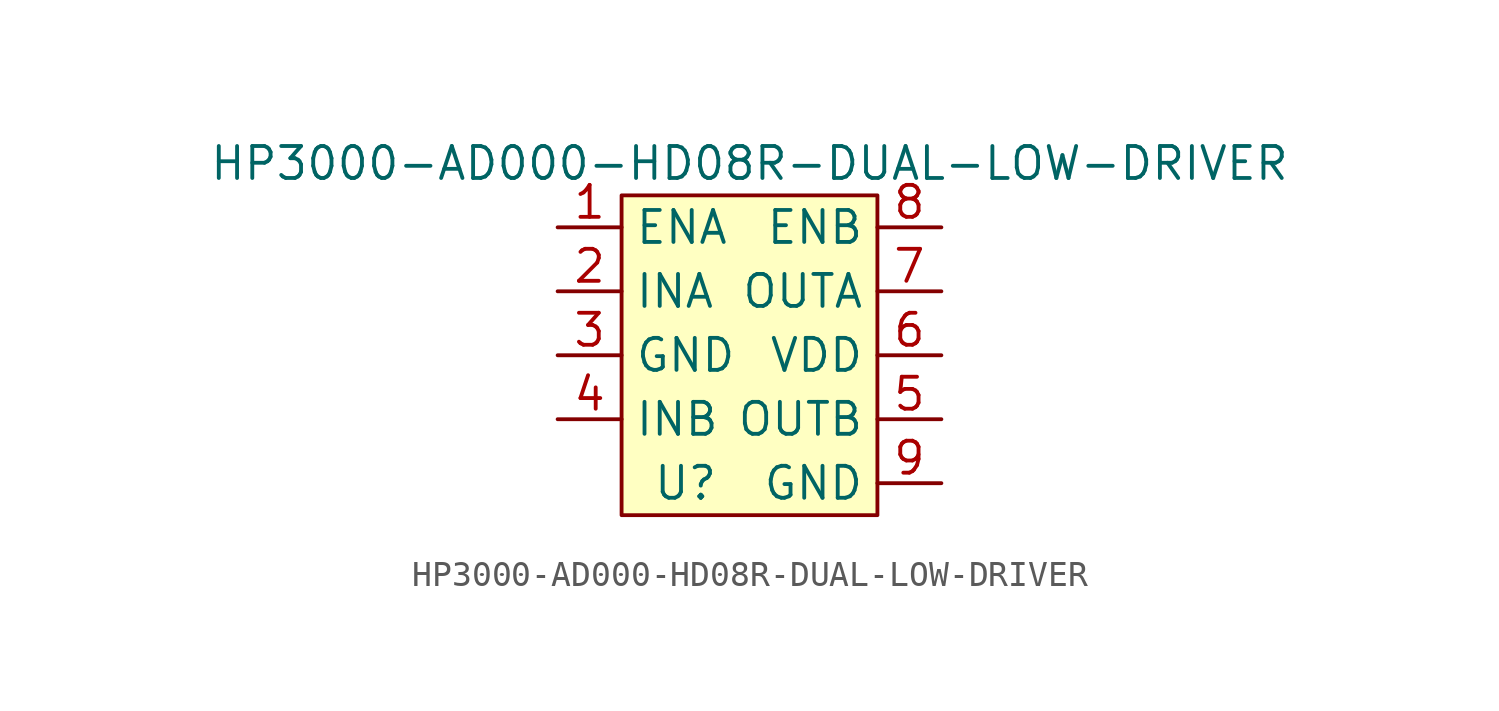
<source format=kicad_sym>
(kicad_symbol_lib
  (version 20241209)
  (generator "kicad_symbol_editor")
  (generator_version "9.0")
  (symbol "HP3000-AD000-HD08R-DUAL-LOW-DRIVER"
    (property "Reference" "U"
      (at -2.54 -6.35 0)
      (effects (font (size 1.27 1.27))))
    (property "Value" "HP3000-AD000-HD08R-DUAL-LOW-DRIVER"
      (at 0 6.35 0)
      (effects (font (size 1.27 1.27))))
    (symbol "HP3000-AD000-HD08R-DUAL-LOW-DRIVER_1_1"
      (rectangle (start -5.08 5.08) (end 5.08 -7.62) (stroke (width 0) (type default)) (fill (type background)))
      (pin bidirectional line (at -7.62 3.81 0) (length 2.54) (name "ENA" (effects (font (size 1.27 1.27)))) (number "1" (effects (font (size 1.27 1.27)))))
      (pin bidirectional line (at -7.62 1.27 0) (length 2.54) (name "INA" (effects (font (size 1.27 1.27)))) (number "2" (effects (font (size 1.27 1.27)))))
      (pin bidirectional line (at -7.62 -1.27 0) (length 2.54) (name "GND" (effects (font (size 1.27 1.27)))) (number "3" (effects (font (size 1.27 1.27)))))
      (pin bidirectional line (at -7.62 -3.81 0) (length 2.54) (name "INB" (effects (font (size 1.27 1.27)))) (number "4" (effects (font (size 1.27 1.27)))))
      (pin bidirectional line (at 7.62 3.81 180) (length 2.54) (name "ENB" (effects (font (size 1.27 1.27)))) (number "8" (effects (font (size 1.27 1.27)))))
      (pin bidirectional line (at 7.62 1.27 180) (length 2.54) (name "OUTA" (effects (font (size 1.27 1.27)))) (number "7" (effects (font (size 1.27 1.27)))))
      (pin bidirectional line (at 7.62 -1.27 180) (length 2.54) (name "VDD" (effects (font (size 1.27 1.27)))) (number "6" (effects (font (size 1.27 1.27)))))
      (pin bidirectional line (at 7.62 -3.81 180) (length 2.54) (name "OUTB" (effects (font (size 1.27 1.27)))) (number "5" (effects (font (size 1.27 1.27)))))
      (pin bidirectional line (at 7.62 -6.35 180) (length 2.54) (name "GND" (effects (font (size 1.27 1.27)))) (number "9" (effects (font (size 1.27 1.27))))))))
</source>
